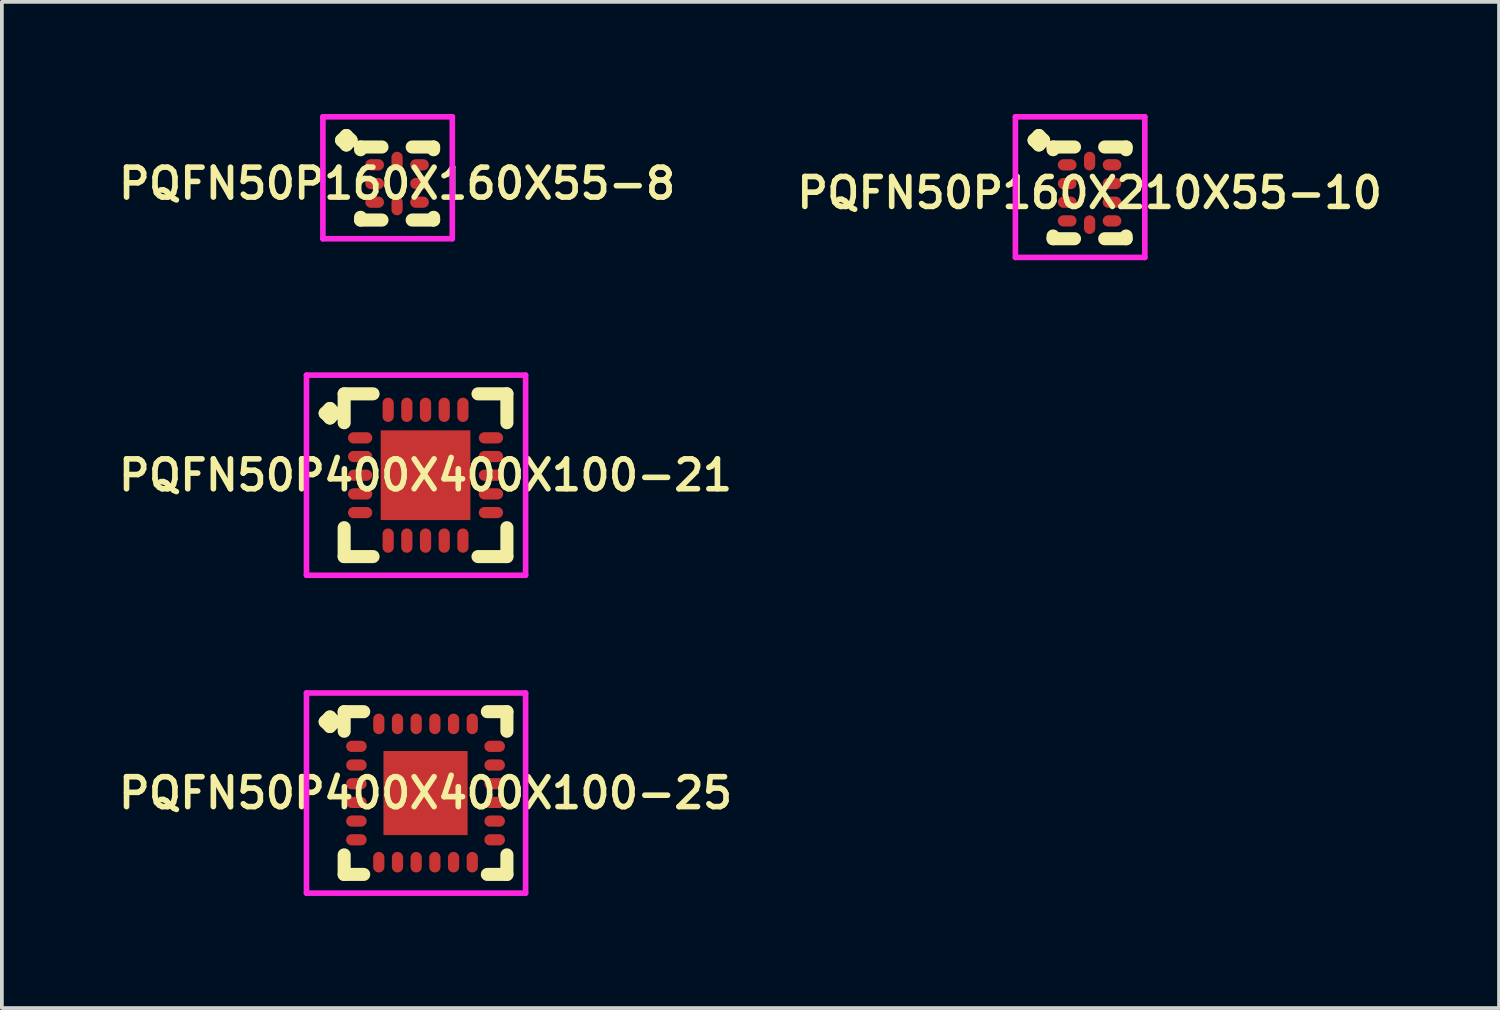
<source format=kicad_pcb>
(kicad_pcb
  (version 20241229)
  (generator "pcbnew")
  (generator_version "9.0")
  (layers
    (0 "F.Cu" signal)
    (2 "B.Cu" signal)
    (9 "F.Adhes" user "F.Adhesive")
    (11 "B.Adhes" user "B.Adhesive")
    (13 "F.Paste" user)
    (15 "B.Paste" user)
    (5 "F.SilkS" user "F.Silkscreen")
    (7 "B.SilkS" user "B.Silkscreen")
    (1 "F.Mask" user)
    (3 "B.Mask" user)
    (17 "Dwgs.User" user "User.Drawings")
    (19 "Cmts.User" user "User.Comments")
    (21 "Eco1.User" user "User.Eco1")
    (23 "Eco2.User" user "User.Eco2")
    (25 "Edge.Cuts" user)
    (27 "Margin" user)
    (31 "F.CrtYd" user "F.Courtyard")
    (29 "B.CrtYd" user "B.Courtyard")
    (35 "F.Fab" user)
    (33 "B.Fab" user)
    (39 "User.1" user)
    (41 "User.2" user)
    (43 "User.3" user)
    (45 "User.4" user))
  (footprint "PQFN50P400X400X100-25"
    (layer "F.Cu")
    (at 8.335 18.168)
    (property "Reference" "PQFN50P400X400X100-25" (at 0 0 0) (layer "F.SilkS") (effects (font (size 0.8 0.8) (thickness 0.15))))
    (attr smd)
    (fp_line (start -2.685 -1.908) (end -2.558 -2.035) (stroke (width 0.35) (type solid)) (layer "F.SilkS"))
    (fp_line (start -2.558 -2.035) (end -2.431 -1.908) (stroke (width 0.35) (type solid)) (layer "F.SilkS"))
    (fp_line (start -2.558 -1.781) (end -2.685 -1.908) (stroke (width 0.35) (type solid)) (layer "F.SilkS"))
    (fp_line (start -2.431 -1.908) (end -2.558 -1.781) (stroke (width 0.35) (type solid)) (layer "F.SilkS"))
    (fp_line (start -2.177 -2.177) (end -1.654 -2.177) (stroke (width 0.35) (type solid)) (layer "F.SilkS"))
    (fp_line (start -2.177 -1.654) (end -2.177 -2.177) (stroke (width 0.35) (type solid)) (layer "F.SilkS"))
    (fp_line (start -2.177 1.654) (end -2.177 2.177) (stroke (width 0.35) (type solid)) (layer "F.SilkS"))
    (fp_line (start -2.177 2.177) (end -1.654 2.177) (stroke (width 0.35) (type solid)) (layer "F.SilkS"))
    (fp_line (start 1.654 -2.177) (end 2.177 -2.177) (stroke (width 0.35) (type solid)) (layer "F.SilkS"))
    (fp_line (start 1.654 2.177) (end 2.177 2.177) (stroke (width 0.35) (type solid)) (layer "F.SilkS"))
    (fp_line (start 2.177 -2.177) (end 2.177 -1.654) (stroke (width 0.35) (type solid)) (layer "F.SilkS"))
    (fp_line (start 2.177 2.177) (end 2.177 1.654) (stroke (width 0.35) (type solid)) (layer "F.SilkS"))
    (fp_line (start -3.185 -2.677) (end 2.677 -2.677) (stroke (width 0.15) (type solid)) (layer "F.CrtYd"))
    (fp_line (start -3.185 2.677) (end -3.185 -2.677) (stroke (width 0.15) (type solid)) (layer "F.CrtYd"))
    (fp_line (start 2.677 -2.677) (end 2.677 2.677) (stroke (width 0.15) (type solid)) (layer "F.CrtYd"))
    (fp_line (start 2.677 2.677) (end -3.185 2.677) (stroke (width 0.15) (type solid)) (layer "F.CrtYd"))
    (pad "1" smd oval (at -1.85 -1.25) (size 0.55 0.3) (layers "F.Cu" "F.Mask" "F.Paste"))
    (pad "2" smd oval (at -1.85 -0.75) (size 0.55 0.3) (layers "F.Cu" "F.Mask" "F.Paste"))
    (pad "3" smd oval (at -1.85 -0.25) (size 0.55 0.3) (layers "F.Cu" "F.Mask" "F.Paste"))
    (pad "4" smd oval (at -1.85 0.25) (size 0.55 0.3) (layers "F.Cu" "F.Mask" "F.Paste"))
    (pad "5" smd oval (at -1.85 0.75) (size 0.55 0.3) (layers "F.Cu" "F.Mask" "F.Paste"))
    (pad "6" smd oval (at -1.85 1.25) (size 0.55 0.3) (layers "F.Cu" "F.Mask" "F.Paste"))
    (pad "7" smd oval (at -1.25 1.85) (size 0.3 0.55) (layers "F.Cu" "F.Mask" "F.Paste"))
    (pad "8" smd oval (at -0.75 1.85) (size 0.3 0.55) (layers "F.Cu" "F.Mask" "F.Paste"))
    (pad "9" smd oval (at -0.25 1.85) (size 0.3 0.55) (layers "F.Cu" "F.Mask" "F.Paste"))
    (pad "10" smd oval (at 0.25 1.85) (size 0.3 0.55) (layers "F.Cu" "F.Mask" "F.Paste"))
    (pad "11" smd oval (at 0.75 1.85) (size 0.3 0.55) (layers "F.Cu" "F.Mask" "F.Paste"))
    (pad "12" smd oval (at 1.25 1.85) (size 0.3 0.55) (layers "F.Cu" "F.Mask" "F.Paste"))
    (pad "13" smd oval (at 1.85 1.25) (size 0.55 0.3) (layers "F.Cu" "F.Mask" "F.Paste"))
    (pad "14" smd oval (at 1.85 0.75) (size 0.55 0.3) (layers "F.Cu" "F.Mask" "F.Paste"))
    (pad "15" smd oval (at 1.85 0.25) (size 0.55 0.3) (layers "F.Cu" "F.Mask" "F.Paste"))
    (pad "16" smd oval (at 1.85 -0.25) (size 0.55 0.3) (layers "F.Cu" "F.Mask" "F.Paste"))
    (pad "17" smd oval (at 1.85 -0.75) (size 0.55 0.3) (layers "F.Cu" "F.Mask" "F.Paste"))
    (pad "18" smd oval (at 1.85 -1.25) (size 0.55 0.3) (layers "F.Cu" "F.Mask" "F.Paste"))
    (pad "19" smd oval (at 1.25 -1.85) (size 0.3 0.55) (layers "F.Cu" "F.Mask" "F.Paste"))
    (pad "20" smd oval (at 0.75 -1.85) (size 0.3 0.55) (layers "F.Cu" "F.Mask" "F.Paste"))
    (pad "21" smd oval (at 0.25 -1.85) (size 0.3 0.55) (layers "F.Cu" "F.Mask" "F.Paste"))
    (pad "22" smd oval (at -0.25 -1.85) (size 0.3 0.55) (layers "F.Cu" "F.Mask" "F.Paste"))
    (pad "23" smd oval (at -0.75 -1.85) (size 0.3 0.55) (layers "F.Cu" "F.Mask" "F.Paste"))
    (pad "24" smd oval (at -1.25 -1.85) (size 0.3 0.55) (layers "F.Cu" "F.Mask" "F.Paste"))
    (pad "25" smd rect (at 0 0) (size 2.25 2.25) (layers "F.Cu" "F.Mask" "F.Paste")))
  (footprint "PQFN50P400X400X100-21"
    (layer "F.Cu")
    (at 8.335 9.664)
    (property "Reference" "PQFN50P400X400X100-21" (at 0 0 0) (layer "F.SilkS") (effects (font (size 0.8 0.8) (thickness 0.15))))
    (attr smd)
    (fp_line (start -2.685 -1.658) (end -2.558 -1.785) (stroke (width 0.35) (type solid)) (layer "F.SilkS"))
    (fp_line (start -2.558 -1.785) (end -2.431 -1.658) (stroke (width 0.35) (type solid)) (layer "F.SilkS"))
    (fp_line (start -2.558 -1.531) (end -2.685 -1.658) (stroke (width 0.35) (type solid)) (layer "F.SilkS"))
    (fp_line (start -2.431 -1.658) (end -2.558 -1.531) (stroke (width 0.35) (type solid)) (layer "F.SilkS"))
    (fp_line (start -2.177 -2.177) (end -1.404 -2.177) (stroke (width 0.35) (type solid)) (layer "F.SilkS"))
    (fp_line (start -2.177 -1.404) (end -2.177 -2.177) (stroke (width 0.35) (type solid)) (layer "F.SilkS"))
    (fp_line (start -2.177 1.404) (end -2.177 2.177) (stroke (width 0.35) (type solid)) (layer "F.SilkS"))
    (fp_line (start -2.177 2.177) (end -1.404 2.177) (stroke (width 0.35) (type solid)) (layer "F.SilkS"))
    (fp_line (start 1.404 -2.177) (end 2.177 -2.177) (stroke (width 0.35) (type solid)) (layer "F.SilkS"))
    (fp_line (start 1.404 2.177) (end 2.177 2.177) (stroke (width 0.35) (type solid)) (layer "F.SilkS"))
    (fp_line (start 2.177 -2.177) (end 2.177 -1.404) (stroke (width 0.35) (type solid)) (layer "F.SilkS"))
    (fp_line (start 2.177 2.177) (end 2.177 1.404) (stroke (width 0.35) (type solid)) (layer "F.SilkS"))
    (fp_line (start -3.185 -2.677) (end 2.677 -2.677) (stroke (width 0.15) (type solid)) (layer "F.CrtYd"))
    (fp_line (start -3.185 2.677) (end -3.185 -2.677) (stroke (width 0.15) (type solid)) (layer "F.CrtYd"))
    (fp_line (start 2.677 -2.677) (end 2.677 2.677) (stroke (width 0.15) (type solid)) (layer "F.CrtYd"))
    (fp_line (start 2.677 2.677) (end -3.185 2.677) (stroke (width 0.15) (type solid)) (layer "F.CrtYd"))
    (pad "1" smd oval (at -1.75 -1) (size 0.65 0.3) (layers "F.Cu" "F.Mask" "F.Paste"))
    (pad "2" smd oval (at -1.75 -0.5) (size 0.65 0.3) (layers "F.Cu" "F.Mask" "F.Paste"))
    (pad "3" smd oval (at -1.75 0) (size 0.65 0.3) (layers "F.Cu" "F.Mask" "F.Paste"))
    (pad "4" smd oval (at -1.75 0.5) (size 0.65 0.3) (layers "F.Cu" "F.Mask" "F.Paste"))
    (pad "5" smd oval (at -1.75 1) (size 0.65 0.3) (layers "F.Cu" "F.Mask" "F.Paste"))
    (pad "6" smd oval (at -1 1.75) (size 0.3 0.65) (layers "F.Cu" "F.Mask" "F.Paste"))
    (pad "7" smd oval (at -0.5 1.75) (size 0.3 0.65) (layers "F.Cu" "F.Mask" "F.Paste"))
    (pad "8" smd oval (at 0 1.75) (size 0.3 0.65) (layers "F.Cu" "F.Mask" "F.Paste"))
    (pad "9" smd oval (at 0.5 1.75) (size 0.3 0.65) (layers "F.Cu" "F.Mask" "F.Paste"))
    (pad "10" smd oval (at 1 1.75) (size 0.3 0.65) (layers "F.Cu" "F.Mask" "F.Paste"))
    (pad "11" smd oval (at 1.75 1) (size 0.65 0.3) (layers "F.Cu" "F.Mask" "F.Paste"))
    (pad "12" smd oval (at 1.75 0.5) (size 0.65 0.3) (layers "F.Cu" "F.Mask" "F.Paste"))
    (pad "13" smd oval (at 1.75 0) (size 0.65 0.3) (layers "F.Cu" "F.Mask" "F.Paste"))
    (pad "14" smd oval (at 1.75 -0.5) (size 0.65 0.3) (layers "F.Cu" "F.Mask" "F.Paste"))
    (pad "15" smd oval (at 1.75 -1) (size 0.65 0.3) (layers "F.Cu" "F.Mask" "F.Paste"))
    (pad "16" smd oval (at 1 -1.75) (size 0.3 0.65) (layers "F.Cu" "F.Mask" "F.Paste"))
    (pad "17" smd oval (at 0.5 -1.75) (size 0.3 0.65) (layers "F.Cu" "F.Mask" "F.Paste"))
    (pad "18" smd oval (at 0 -1.75) (size 0.3 0.65) (layers "F.Cu" "F.Mask" "F.Paste"))
    (pad "19" smd oval (at -0.5 -1.75) (size 0.3 0.65) (layers "F.Cu" "F.Mask" "F.Paste"))
    (pad "20" smd oval (at -1 -1.75) (size 0.3 0.65) (layers "F.Cu" "F.Mask" "F.Paste"))
    (pad "21" smd rect (at 0 0) (size 2.4 2.4) (layers "F.Cu" "F.Mask" "F.Paste")))
  (footprint "PQFN50P160X160X55-8"
    (layer "F.Cu")
    (at 7.574 1.86)
    (property "Reference" "PQFN50P160X160X55-8" (at 0 0 0) (layer "F.SilkS") (effects (font (size 0.8 0.8) (thickness 0.15))))
    (attr smd)
    (fp_line (start -1.485 -1.158) (end -1.358 -1.285) (stroke (width 0.35) (type solid)) (layer "F.SilkS"))
    (fp_line (start -1.358 -1.285) (end -1.231 -1.158) (stroke (width 0.35) (type solid)) (layer "F.SilkS"))
    (fp_line (start -1.358 -1.031) (end -1.485 -1.158) (stroke (width 0.35) (type solid)) (layer "F.SilkS"))
    (fp_line (start -1.231 -1.158) (end -1.358 -1.031) (stroke (width 0.35) (type solid)) (layer "F.SilkS"))
    (fp_line (start -0.977 -0.977) (end -0.404 -0.977) (stroke (width 0.35) (type solid)) (layer "F.SilkS"))
    (fp_line (start -0.977 -0.904) (end -0.977 -0.977) (stroke (width 0.35) (type solid)) (layer "F.SilkS"))
    (fp_line (start -0.977 0.904) (end -0.977 0.977) (stroke (width 0.35) (type solid)) (layer "F.SilkS"))
    (fp_line (start -0.977 0.977) (end -0.404 0.977) (stroke (width 0.35) (type solid)) (layer "F.SilkS"))
    (fp_line (start 0.404 -0.977) (end 0.977 -0.977) (stroke (width 0.35) (type solid)) (layer "F.SilkS"))
    (fp_line (start 0.404 0.977) (end 0.977 0.977) (stroke (width 0.35) (type solid)) (layer "F.SilkS"))
    (fp_line (start 0.977 -0.977) (end 0.977 -0.904) (stroke (width 0.35) (type solid)) (layer "F.SilkS"))
    (fp_line (start 0.977 0.977) (end 0.977 0.904) (stroke (width 0.35) (type solid)) (layer "F.SilkS"))
    (fp_line (start -1.985 -1.785) (end 1.477 -1.785) (stroke (width 0.15) (type solid)) (layer "F.CrtYd"))
    (fp_line (start -1.985 1.477) (end -1.985 -1.785) (stroke (width 0.15) (type solid)) (layer "F.CrtYd"))
    (fp_line (start 1.477 -1.785) (end 1.477 1.477) (stroke (width 0.15) (type solid)) (layer "F.CrtYd"))
    (fp_line (start 1.477 1.477) (end -1.985 1.477) (stroke (width 0.15) (type solid)) (layer "F.CrtYd"))
    (pad "1" smd oval (at -0.6 -0.5) (size 0.5 0.3) (layers "F.Cu" "F.Mask" "F.Paste"))
    (pad "2" smd oval (at -0.6 0) (size 0.5 0.3) (layers "F.Cu" "F.Mask" "F.Paste"))
    (pad "3" smd oval (at -0.6 0.5) (size 0.5 0.3) (layers "F.Cu" "F.Mask" "F.Paste"))
    (pad "4" smd oval (at 0 0.6) (size 0.3 0.5) (layers "F.Cu" "F.Mask" "F.Paste"))
    (pad "5" smd oval (at 0.6 0.5) (size 0.5 0.3) (layers "F.Cu" "F.Mask" "F.Paste"))
    (pad "6" smd oval (at 0.6 0) (size 0.5 0.3) (layers "F.Cu" "F.Mask" "F.Paste"))
    (pad "7" smd oval (at 0.6 -0.5) (size 0.5 0.3) (layers "F.Cu" "F.Mask" "F.Paste"))
    (pad "8" smd oval (at 0 -0.6) (size 0.3 0.5) (layers "F.Cu" "F.Mask" "F.Paste")))
  (footprint "PQFN50P160X210X55-10"
    (layer "F.Cu")
    (at 26.102 2.11)
    (property "Reference" "PQFN50P160X210X55-10" (at 0 0 0) (layer "F.SilkS") (effects (font (size 0.8 0.8) (thickness 0.15))))
    (attr smd)
    (fp_line (start -1.485 -1.408) (end -1.358 -1.535) (stroke (width 0.35) (type solid)) (layer "F.SilkS"))
    (fp_line (start -1.358 -1.535) (end -1.231 -1.408) (stroke (width 0.35) (type solid)) (layer "F.SilkS"))
    (fp_line (start -1.358 -1.281) (end -1.485 -1.408) (stroke (width 0.35) (type solid)) (layer "F.SilkS"))
    (fp_line (start -1.231 -1.408) (end -1.358 -1.281) (stroke (width 0.35) (type solid)) (layer "F.SilkS"))
    (fp_line (start -0.977 -1.227) (end -0.404 -1.227) (stroke (width 0.35) (type solid)) (layer "F.SilkS"))
    (fp_line (start -0.977 -1.154) (end -0.977 -1.227) (stroke (width 0.35) (type solid)) (layer "F.SilkS"))
    (fp_line (start -0.977 1.154) (end -0.977 1.227) (stroke (width 0.35) (type solid)) (layer "F.SilkS"))
    (fp_line (start -0.977 1.227) (end -0.404 1.227) (stroke (width 0.35) (type solid)) (layer "F.SilkS"))
    (fp_line (start 0.404 -1.227) (end 0.977 -1.227) (stroke (width 0.35) (type solid)) (layer "F.SilkS"))
    (fp_line (start 0.404 1.227) (end 0.977 1.227) (stroke (width 0.35) (type solid)) (layer "F.SilkS"))
    (fp_line (start 0.977 -1.227) (end 0.977 -1.154) (stroke (width 0.35) (type solid)) (layer "F.SilkS"))
    (fp_line (start 0.977 1.227) (end 0.977 1.154) (stroke (width 0.35) (type solid)) (layer "F.SilkS"))
    (fp_line (start -1.985 -2.035) (end 1.477 -2.035) (stroke (width 0.15) (type solid)) (layer "F.CrtYd"))
    (fp_line (start -1.985 1.727) (end -1.985 -2.035) (stroke (width 0.15) (type solid)) (layer "F.CrtYd"))
    (fp_line (start 1.477 -2.035) (end 1.477 1.727) (stroke (width 0.15) (type solid)) (layer "F.CrtYd"))
    (fp_line (start 1.477 1.727) (end -1.985 1.727) (stroke (width 0.15) (type solid)) (layer "F.CrtYd"))
    (pad "1" smd oval (at -0.6 -0.75) (size 0.5 0.3) (layers "F.Cu" "F.Mask" "F.Paste"))
    (pad "2" smd oval (at -0.6 -0.25) (size 0.5 0.3) (layers "F.Cu" "F.Mask" "F.Paste"))
    (pad "3" smd oval (at -0.6 0.25) (size 0.5 0.3) (layers "F.Cu" "F.Mask" "F.Paste"))
    (pad "4" smd oval (at -0.6 0.75) (size 0.5 0.3) (layers "F.Cu" "F.Mask" "F.Paste"))
    (pad "5" smd oval (at 0 0.85) (size 0.3 0.5) (layers "F.Cu" "F.Mask" "F.Paste"))
    (pad "6" smd oval (at 0.6 0.75) (size 0.5 0.3) (layers "F.Cu" "F.Mask" "F.Paste"))
    (pad "7" smd oval (at 0.6 0.25) (size 0.5 0.3) (layers "F.Cu" "F.Mask" "F.Paste"))
    (pad "8" smd oval (at 0.6 -0.25) (size 0.5 0.3) (layers "F.Cu" "F.Mask" "F.Paste"))
    (pad "9" smd oval (at 0.6 -0.75) (size 0.5 0.3) (layers "F.Cu" "F.Mask" "F.Paste"))
    (pad "10" smd oval (at 0 -0.85) (size 0.3 0.5) (layers "F.Cu" "F.Mask" "F.Paste")))
  (gr_rect
    (start -3 -3)
    (end 37.056 23.92)
    (stroke (width 0.1) (type default))
    (fill no)
    (layer "Edge.Cuts")))
</source>
